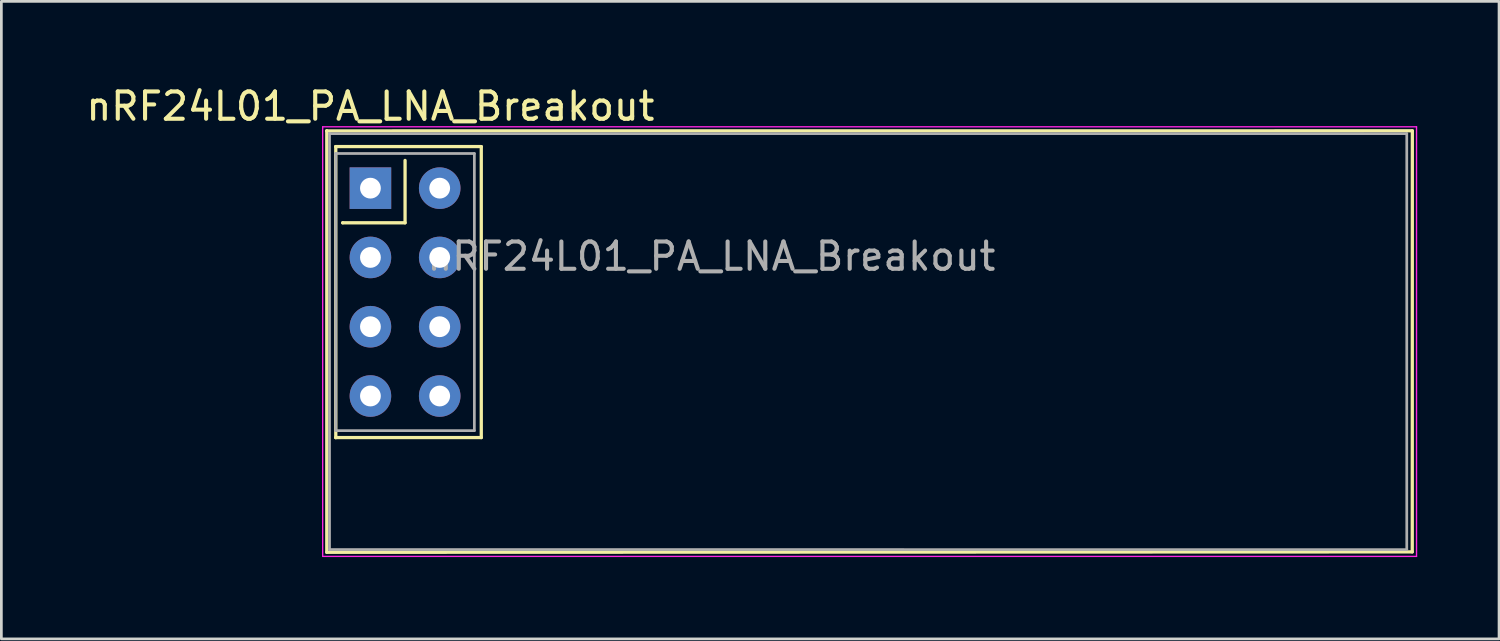
<source format=kicad_pcb>
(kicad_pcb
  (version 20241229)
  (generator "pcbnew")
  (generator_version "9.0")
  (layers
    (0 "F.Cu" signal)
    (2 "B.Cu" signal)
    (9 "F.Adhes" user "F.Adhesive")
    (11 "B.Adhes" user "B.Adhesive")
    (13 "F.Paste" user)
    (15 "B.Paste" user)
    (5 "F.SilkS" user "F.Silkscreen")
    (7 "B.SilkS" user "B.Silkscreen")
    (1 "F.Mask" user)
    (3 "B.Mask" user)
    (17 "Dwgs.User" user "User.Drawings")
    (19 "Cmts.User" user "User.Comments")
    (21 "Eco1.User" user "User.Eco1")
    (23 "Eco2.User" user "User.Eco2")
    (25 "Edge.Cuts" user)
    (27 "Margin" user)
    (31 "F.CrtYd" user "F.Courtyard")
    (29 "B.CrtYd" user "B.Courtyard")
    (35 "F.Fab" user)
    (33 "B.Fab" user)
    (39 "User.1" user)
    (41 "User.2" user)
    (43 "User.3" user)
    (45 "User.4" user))
  (footprint "nRF24L01_PA_LNA_Breakout"
    (layer "F.Cu")
    (at 10.53 3.848)
    (property "Reference" "nRF24L01_PA_LNA_Breakout" (at 0 -3 0) (layer "F.SilkS") (effects (font (size 1 1) (thickness 0.15))))
    (attr through_hole)
    (fp_line (start -1.6 -2.1) (end -1.6 -2.1) (stroke (width 0.12) (type solid)) (layer "F.SilkS"))
    (fp_line (start -1.6 -2.1) (end 38.197 -2.103) (stroke (width 0.12) (type solid)) (layer "F.SilkS"))
    (fp_line (start -1.6 13.35) (end -1.6 -2.1) (stroke (width 0.12) (type solid)) (layer "F.SilkS"))
    (fp_line (start -1.27 -1.524) (end -1.27 -1.524) (stroke (width 0.12) (type solid)) (layer "F.SilkS"))
    (fp_line (start -1.27 -1.524) (end 4.064 -1.524) (stroke (width 0.12) (type solid)) (layer "F.SilkS"))
    (fp_line (start -1.27 9.144) (end -1.27 -1.524) (stroke (width 0.12) (type solid)) (layer "F.SilkS"))
    (fp_line (start -1.27 9.144) (end -1.27 9.144) (stroke (width 0.12) (type solid)) (layer "F.SilkS"))
    (fp_line (start -1.016 1.27) (end -1.016 1.27) (stroke (width 0.12) (type solid)) (layer "F.SilkS"))
    (fp_line (start 1.27 -1.016) (end 1.27 1.27) (stroke (width 0.12) (type solid)) (layer "F.SilkS"))
    (fp_line (start 1.27 1.27) (end -1.016 1.27) (stroke (width 0.12) (type solid)) (layer "F.SilkS"))
    (fp_line (start 4.064 -1.524) (end 4.064 9.144) (stroke (width 0.12) (type solid)) (layer "F.SilkS"))
    (fp_line (start 4.064 9.144) (end -1.27 9.144) (stroke (width 0.12) (type solid)) (layer "F.SilkS"))
    (fp_line (start 38.194 13.335) (end -1.6 13.35) (stroke (width 0.12) (type solid)) (layer "F.SilkS"))
    (fp_line (start 38.197 -2.103) (end 38.194 13.335) (stroke (width 0.12) (type solid)) (layer "F.SilkS"))
    (fp_line (start -1.75 -2.25) (end -1.75 13.5) (stroke (width 0.05) (type solid)) (layer "F.CrtYd"))
    (fp_line (start -1.75 13.5) (end 38.351 13.5) (stroke (width 0.05) (type solid)) (layer "F.CrtYd"))
    (fp_line (start 38.351 -2.25) (end -1.75 -2.25) (stroke (width 0.05) (type solid)) (layer "F.CrtYd"))
    (fp_line (start 38.351 13.5) (end 38.351 -2.25) (stroke (width 0.05) (type solid)) (layer "F.CrtYd"))
    (fp_line (start -1.5 -2) (end -1.5 -2) (stroke (width 0.1) (type solid)) (layer "F.Fab"))
    (fp_line (start -1.5 -2) (end 37.993 -2) (stroke (width 0.1) (type solid)) (layer "F.Fab"))
    (fp_line (start -1.5 13.25) (end -1.5 -2) (stroke (width 0.1) (type solid)) (layer "F.Fab"))
    (fp_line (start -1.27 -1.27) (end -1.27 -1.27) (stroke (width 0.1) (type solid)) (layer "F.Fab"))
    (fp_line (start -1.27 -1.27) (end 3.81 -1.27) (stroke (width 0.1) (type solid)) (layer "F.Fab"))
    (fp_line (start -1.27 8.89) (end -1.27 -1.27) (stroke (width 0.1) (type solid)) (layer "F.Fab"))
    (fp_line (start 3.81 -1.27) (end 3.81 8.89) (stroke (width 0.1) (type solid)) (layer "F.Fab"))
    (fp_line (start 3.81 8.89) (end -1.27 8.89) (stroke (width 0.1) (type solid)) (layer "F.Fab"))
    (fp_line (start 37.993 -1.999) (end 37.993 13.251) (stroke (width 0.1) (type solid)) (layer "F.Fab"))
    (fp_line (start 37.993 13.251) (end -1.5 13.25) (stroke (width 0.1) (type solid)) (layer "F.Fab"))
    (fp_text user "${REFERENCE}" (at 12.5 2.5 0) (layer "F.Fab") (effects (font (size 1 1) (thickness 0.15))))
    (pad "1" thru_hole rect (at 0 0) (size 1.524 1.524) (drill 0.762) (layers "*.Cu" "*.Mask"))
    (pad "2" thru_hole circle (at 2.54 0) (size 1.524 1.524) (drill 0.762) (layers "*.Cu" "*.Mask"))
    (pad "3" thru_hole circle (at 0 2.54) (size 1.524 1.524) (drill 0.762) (layers "*.Cu" "*.Mask"))
    (pad "4" thru_hole circle (at 2.54 2.54) (size 1.524 1.524) (drill 0.762) (layers "*.Cu" "*.Mask"))
    (pad "5" thru_hole circle (at 0 5.08) (size 1.524 1.524) (drill 0.762) (layers "*.Cu" "*.Mask"))
    (pad "6" thru_hole circle (at 2.54 5.08) (size 1.524 1.524) (drill 0.762) (layers "*.Cu" "*.Mask"))
    (pad "7" thru_hole circle (at 0 7.62) (size 1.524 1.524) (drill 0.762) (layers "*.Cu" "*.Mask"))
    (pad "8" thru_hole circle (at 2.54 7.62) (size 1.524 1.524) (drill 0.762) (layers "*.Cu" "*.Mask")))
  (gr_rect
    (start -3 -3)
    (end 51.906 20.373)
    (stroke (width 0.1) (type default))
    (fill no)
    (layer "Edge.Cuts")))
</source>
